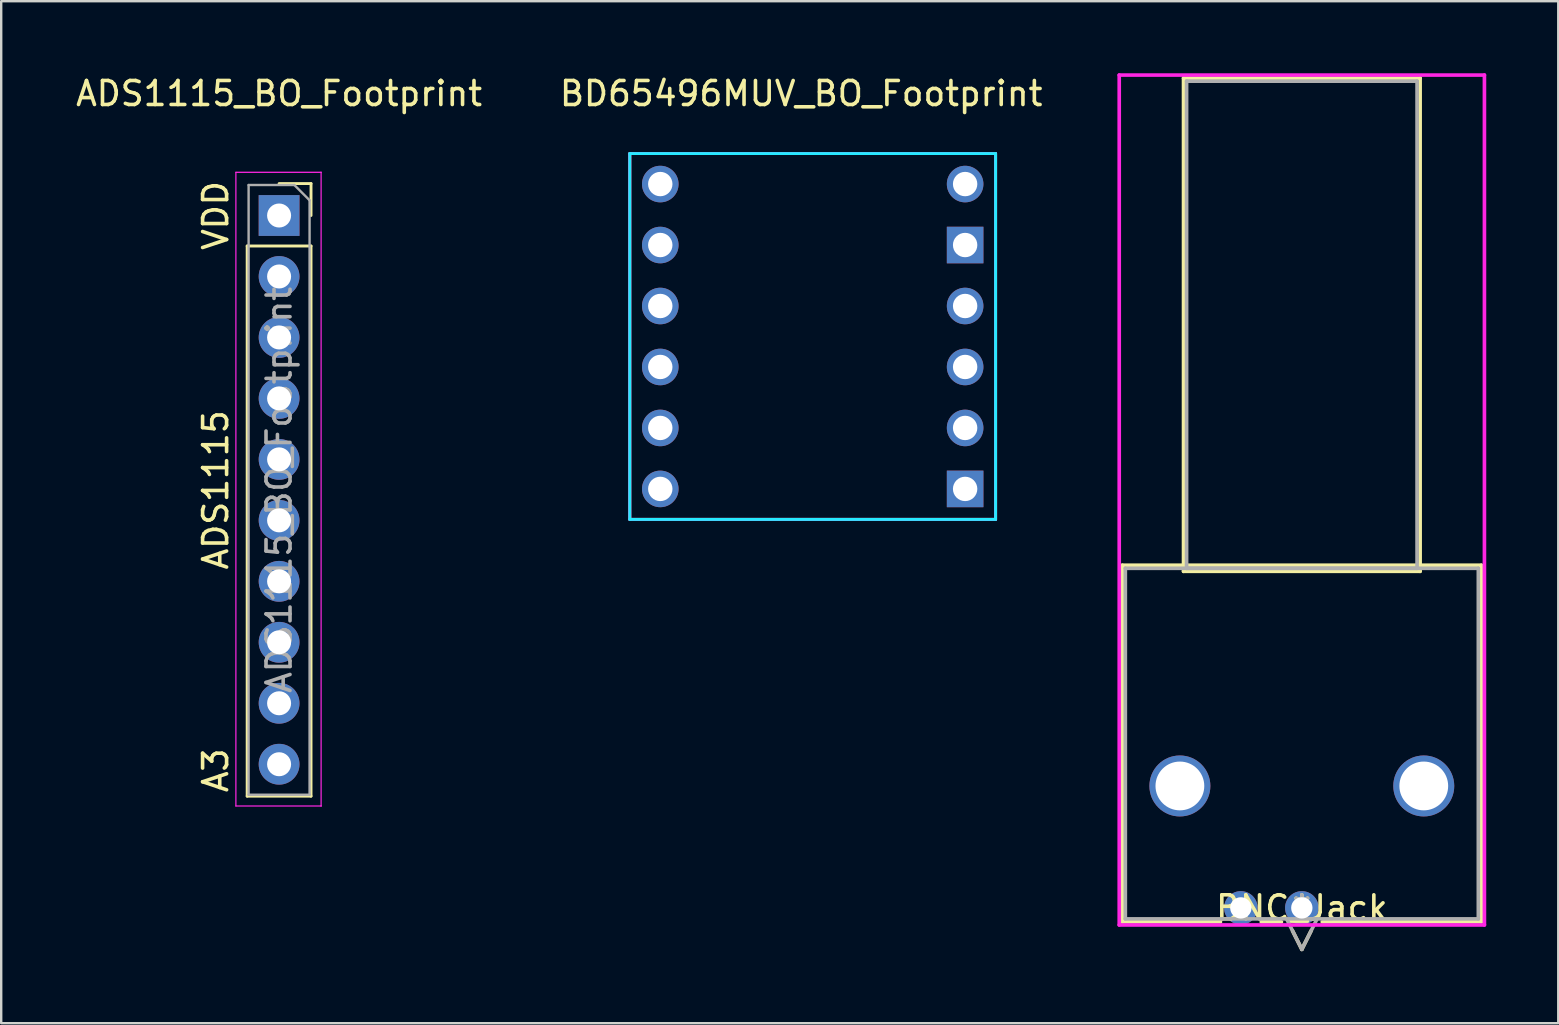
<source format=kicad_pcb>
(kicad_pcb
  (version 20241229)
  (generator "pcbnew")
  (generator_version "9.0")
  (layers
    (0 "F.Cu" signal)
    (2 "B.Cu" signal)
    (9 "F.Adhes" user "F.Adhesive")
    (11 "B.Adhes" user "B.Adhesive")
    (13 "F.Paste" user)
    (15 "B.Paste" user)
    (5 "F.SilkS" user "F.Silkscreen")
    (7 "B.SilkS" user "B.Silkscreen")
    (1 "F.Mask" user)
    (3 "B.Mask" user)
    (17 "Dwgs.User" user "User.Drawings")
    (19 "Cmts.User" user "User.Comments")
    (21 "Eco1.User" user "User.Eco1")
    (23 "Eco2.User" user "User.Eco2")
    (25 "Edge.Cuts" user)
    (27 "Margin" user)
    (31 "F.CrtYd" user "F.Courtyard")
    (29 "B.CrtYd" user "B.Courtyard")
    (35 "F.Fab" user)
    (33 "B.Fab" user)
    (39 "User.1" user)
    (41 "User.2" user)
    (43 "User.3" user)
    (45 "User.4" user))
  (footprint "BNC_Jack"
    (layer "F.Cu")
    (at 51.184 34.773)
    (property "Reference" "BNC_Jack" (at 0 0 0) (layer "F.SilkS") (effects (font (size 1 1) (thickness 0.15))))
    (attr through_hole)
    (fp_line (start -7.48 -14.275) (end -7.48 0.584) (stroke (width 0.152) (type solid)) (layer "F.SilkS"))
    (fp_line (start -7.48 0.584) (end -3.39 0.584) (stroke (width 0.152) (type solid)) (layer "F.SilkS"))
    (fp_line (start -4.928 -34.569) (end -4.928 -14.021) (stroke (width 0.152) (type solid)) (layer "F.SilkS"))
    (fp_line (start -4.928 -14.021) (end 4.928 -14.021) (stroke (width 0.152) (type solid)) (layer "F.SilkS"))
    (fp_line (start -1.69 0.584) (end -0.85 0.584) (stroke (width 0.152) (type solid)) (layer "F.SilkS"))
    (fp_line (start -0.385 0.957) (end 0 1.727) (stroke (width 0.152) (type solid)) (layer "F.SilkS"))
    (fp_line (start 0.385 0.957) (end 0 1.727) (stroke (width 0.152) (type solid)) (layer "F.SilkS"))
    (fp_line (start 0.85 0.584) (end 7.48 0.584) (stroke (width 0.152) (type solid)) (layer "F.SilkS"))
    (fp_line (start 4.928 -34.569) (end -4.928 -34.569) (stroke (width 0.152) (type solid)) (layer "F.SilkS"))
    (fp_line (start 4.928 -14.021) (end 4.928 -34.569) (stroke (width 0.152) (type solid)) (layer "F.SilkS"))
    (fp_line (start 7.48 -14.275) (end -7.48 -14.275) (stroke (width 0.152) (type solid)) (layer "F.SilkS"))
    (fp_line (start 7.48 0.584) (end 7.48 -14.275) (stroke (width 0.152) (type solid)) (layer "F.SilkS"))
    (fp_line (start -7.607 -34.696) (end -7.607 0.711) (stroke (width 0.152) (type solid)) (layer "F.CrtYd"))
    (fp_line (start -7.607 0.711) (end 7.607 0.711) (stroke (width 0.152) (type solid)) (layer "F.CrtYd"))
    (fp_line (start 7.607 -34.696) (end -7.607 -34.696) (stroke (width 0.152) (type solid)) (layer "F.CrtYd"))
    (fp_line (start 7.607 0.711) (end 7.607 -34.696) (stroke (width 0.152) (type solid)) (layer "F.CrtYd"))
    (fp_line (start -7.353 -14.148) (end -7.353 0.457) (stroke (width 0.152) (type solid)) (layer "F.Fab"))
    (fp_line (start -7.353 0.457) (end 7.353 0.457) (stroke (width 0.152) (type solid)) (layer "F.Fab"))
    (fp_line (start -4.801 -34.442) (end -4.801 -14.148) (stroke (width 0.152) (type solid)) (layer "F.Fab"))
    (fp_line (start -4.801 -14.148) (end 4.801 -14.148) (stroke (width 0.152) (type solid)) (layer "F.Fab"))
    (fp_line (start -0.635 0.457) (end 0 1.727) (stroke (width 0.152) (type solid)) (layer "F.Fab"))
    (fp_line (start 0.635 0.457) (end 0 1.727) (stroke (width 0.152) (type solid)) (layer "F.Fab"))
    (fp_line (start 4.801 -34.442) (end -4.801 -34.442) (stroke (width 0.152) (type solid)) (layer "F.Fab"))
    (fp_line (start 4.801 -14.148) (end 4.801 -34.442) (stroke (width 0.152) (type solid)) (layer "F.Fab"))
    (fp_line (start 7.353 -14.148) (end -7.353 -14.148) (stroke (width 0.152) (type solid)) (layer "F.Fab"))
    (fp_line (start 7.353 0.457) (end 7.353 -14.148) (stroke (width 0.152) (type solid)) (layer "F.Fab"))
    (fp_text user "*" (at 0 0 0) (layer "F.SilkS") (effects (font (size 1 1) (thickness 0.15))))
    (fp_text user "Copyright 2016 Accelerated Designs. All rights reserved." (at 0 0 0) (layer "Cmts.User") (effects (font (size 0.127 0.127) (thickness 0.002))))
    (fp_text user "*" (at 0 0 0) (layer "F.Fab") (effects (font (size 1 1) (thickness 0.15))))
    (pad "1" thru_hole circle (at 0 0) (size 1.397 1.397) (drill 0.889) (layers "*.Cu" "*.Mask"))
    (pad "2" thru_hole circle (at -2.54 0) (size 1.397 1.397) (drill 0.889) (layers "*.Cu" "*.Mask"))
    (pad "3" thru_hole circle (at -5.08 -5.08) (size 2.54 2.54) (drill 2.032) (layers "*.Cu" "*.Mask"))
    (pad "4" thru_hole circle (at 5.08 -5.08) (size 2.54 2.54) (drill 2.032) (layers "*.Cu" "*.Mask")))
  (footprint "BD65496MUV_BO_Footprint"
    (layer "F.Cu")
    (at 30.927 1.048)
    (property "Reference" "BD65496MUV_BO_Footprint" (at -0.6 -0.2 0) (layer "F.SilkS") (effects (font (size 1 1) (thickness 0.15))))
    (attr through_hole)
    (fp_line (start -7.74 2.3) (end -7.74 17.54) (stroke (width 0.12) (type solid)) (layer "F.SilkS"))
    (fp_line (start -7.74 17.54) (end 7.5 17.54) (stroke (width 0.12) (type solid)) (layer "F.SilkS"))
    (fp_line (start 7.5 2.3) (end -7.74 2.3) (stroke (width 0.12) (type solid)) (layer "F.SilkS"))
    (fp_line (start 7.5 17.54) (end 7.5 2.3) (stroke (width 0.12) (type solid)) (layer "F.SilkS"))
    (fp_line (start -7.74 2.3) (end 7.5 2.3) (stroke (width 0.12) (type solid)) (layer "B.CrtYd"))
    (fp_line (start -7.74 17.54) (end -7.74 2.3) (stroke (width 0.12) (type solid)) (layer "B.CrtYd"))
    (fp_line (start 7.5 2.3) (end 7.5 17.54) (stroke (width 0.12) (type solid)) (layer "B.CrtYd"))
    (fp_line (start 7.5 17.54) (end -7.74 17.54) (stroke (width 0.12) (type solid)) (layer "B.CrtYd"))
    (fp_line (start -7.74 2.3) (end 7.5 2.3) (stroke (width 0.12) (type solid)) (layer "F.CrtYd"))
    (fp_line (start -7.74 17.54) (end -7.74 2.3) (stroke (width 0.12) (type solid)) (layer "F.CrtYd"))
    (fp_line (start 7.5 2.3) (end 7.5 17.54) (stroke (width 0.12) (type solid)) (layer "F.CrtYd"))
    (fp_line (start 7.5 17.54) (end -7.74 17.54) (stroke (width 0.12) (type solid)) (layer "F.CrtYd"))
    (pad "1" thru_hole circle (at -6.47 3.57) (size 1.524 1.524) (drill 1.016) (layers "*.Cu" "*.Mask"))
    (pad "2" thru_hole circle (at -6.47 6.11) (size 1.524 1.524) (drill 1.016) (layers "*.Cu" "*.Mask"))
    (pad "3" thru_hole circle (at -6.47 8.65) (size 1.524 1.524) (drill 1.016) (layers "*.Cu" "*.Mask"))
    (pad "4" thru_hole circle (at -6.47 11.19) (size 1.524 1.524) (drill 1.016) (layers "*.Cu" "*.Mask"))
    (pad "5" thru_hole circle (at -6.47 13.73) (size 1.524 1.524) (drill 1.016) (layers "*.Cu" "*.Mask"))
    (pad "6" thru_hole circle (at -6.47 16.27) (size 1.524 1.524) (drill 1.016) (layers "*.Cu" "*.Mask"))
    (pad "7" thru_hole circle (at 6.23 3.57) (size 1.524 1.524) (drill 1.016) (layers "*.Cu" "*.Mask"))
    (pad "8" thru_hole rect (at 6.23 6.11) (size 1.524 1.524) (drill 1.016) (layers "*.Cu" "*.Mask"))
    (pad "9" thru_hole circle (at 6.23 8.65) (size 1.524 1.524) (drill 1.016) (layers "*.Cu" "*.Mask"))
    (pad "10" thru_hole circle (at 6.23 11.19) (size 1.524 1.524) (drill 1.016) (layers "*.Cu" "*.Mask"))
    (pad "11" thru_hole circle (at 6.23 13.73) (size 1.524 1.524) (drill 1.016) (layers "*.Cu" "*.Mask"))
    (pad "12" thru_hole rect (at 6.23 16.27) (size 1.524 1.524) (drill 1.016) (layers "*.Cu" "*.Mask")))
  (footprint "ADS1115_BO_Footprint"
    (layer "F.Cu")
    (at 8.577 5.928)
    (property "Reference" "ADS1115_BO_Footprint" (at 0 -5.08 0) (layer "F.SilkS") (effects (font (size 1 1) (thickness 0.15))))
    (attr through_hole)
    (fp_line (start -1.33 1.27) (end -1.33 24.19) (stroke (width 0.12) (type solid)) (layer "F.SilkS"))
    (fp_line (start -1.33 1.27) (end 1.33 1.27) (stroke (width 0.12) (type solid)) (layer "F.SilkS"))
    (fp_line (start -1.33 24.19) (end 1.33 24.19) (stroke (width 0.12) (type solid)) (layer "F.SilkS"))
    (fp_line (start 0 -1.33) (end 1.33 -1.33) (stroke (width 0.12) (type solid)) (layer "F.SilkS"))
    (fp_line (start 1.33 -1.33) (end 1.33 0) (stroke (width 0.12) (type solid)) (layer "F.SilkS"))
    (fp_line (start 1.33 1.27) (end 1.33 24.19) (stroke (width 0.12) (type solid)) (layer "F.SilkS"))
    (fp_line (start -1.8 -1.8) (end 1.75 -1.8) (stroke (width 0.05) (type solid)) (layer "F.CrtYd"))
    (fp_line (start -1.8 24.6) (end -1.8 -1.8) (stroke (width 0.05) (type solid)) (layer "F.CrtYd"))
    (fp_line (start 1.75 -1.8) (end 1.75 -1.8) (stroke (width 0.05) (type solid)) (layer "F.CrtYd"))
    (fp_line (start 1.75 -1.8) (end 1.75 24.6) (stroke (width 0.05) (type solid)) (layer "F.CrtYd"))
    (fp_line (start 1.75 24.6) (end -1.8 24.6) (stroke (width 0.05) (type solid)) (layer "F.CrtYd"))
    (fp_line (start 1.75 24.6) (end 1.75 24.6) (stroke (width 0.05) (type solid)) (layer "F.CrtYd"))
    (fp_line (start -1.27 -1.27) (end 0.635 -1.27) (stroke (width 0.1) (type solid)) (layer "F.Fab"))
    (fp_line (start -1.27 24.13) (end -1.27 -1.27) (stroke (width 0.1) (type solid)) (layer "F.Fab"))
    (fp_line (start 0.635 -1.27) (end 1.27 -0.635) (stroke (width 0.1) (type solid)) (layer "F.Fab"))
    (fp_line (start 1.27 -0.635) (end 1.27 24.13) (stroke (width 0.1) (type solid)) (layer "F.Fab"))
    (fp_line (start 1.27 24.13) (end -1.27 24.13) (stroke (width 0.1) (type solid)) (layer "F.Fab"))
    (fp_text user "ADS1115" (at -2.642 11.43 90) (layer "F.SilkS") (effects (font (size 1 1) (thickness 0.15))))
    (fp_text user "VDD" (at -2.642 0 90) (layer "F.SilkS") (effects (font (size 1 1) (thickness 0.15))))
    (fp_text user "A3" (at -2.642 23.114 90) (layer "F.SilkS") (effects (font (size 1 1) (thickness 0.15))))
    (fp_text user "${REFERENCE}" (at 0 11.43 90) (layer "F.Fab") (effects (font (size 1 1) (thickness 0.15))))
    (pad "1" thru_hole rect (at 0 0) (size 1.7 1.7) (drill 1) (layers "*.Cu" "*.Mask"))
    (pad "2" thru_hole oval (at 0 2.54) (size 1.7 1.7) (drill 1) (layers "*.Cu" "*.Mask"))
    (pad "3" thru_hole oval (at 0 5.08) (size 1.7 1.7) (drill 1) (layers "*.Cu" "*.Mask"))
    (pad "4" thru_hole oval (at 0 7.62) (size 1.7 1.7) (drill 1) (layers "*.Cu" "*.Mask"))
    (pad "5" thru_hole oval (at 0 10.16) (size 1.7 1.7) (drill 1) (layers "*.Cu" "*.Mask"))
    (pad "6" thru_hole oval (at 0 12.7) (size 1.7 1.7) (drill 1) (layers "*.Cu" "*.Mask"))
    (pad "7" thru_hole oval (at 0 15.24) (size 1.7 1.7) (drill 1) (layers "*.Cu" "*.Mask"))
    (pad "8" thru_hole oval (at 0 17.78) (size 1.7 1.7) (drill 1) (layers "*.Cu" "*.Mask"))
    (pad "9" thru_hole oval (at 0 20.32) (size 1.7 1.7) (drill 1) (layers "*.Cu" "*.Mask"))
    (pad "10" thru_hole oval (at 0 22.86) (size 1.7 1.7) (drill 1) (layers "*.Cu" "*.Mask")))
  (gr_rect
    (start -3 -3)
    (end 61.867 39.576)
    (stroke (width 0.1) (type default))
    (fill no)
    (layer "Edge.Cuts")))
</source>
